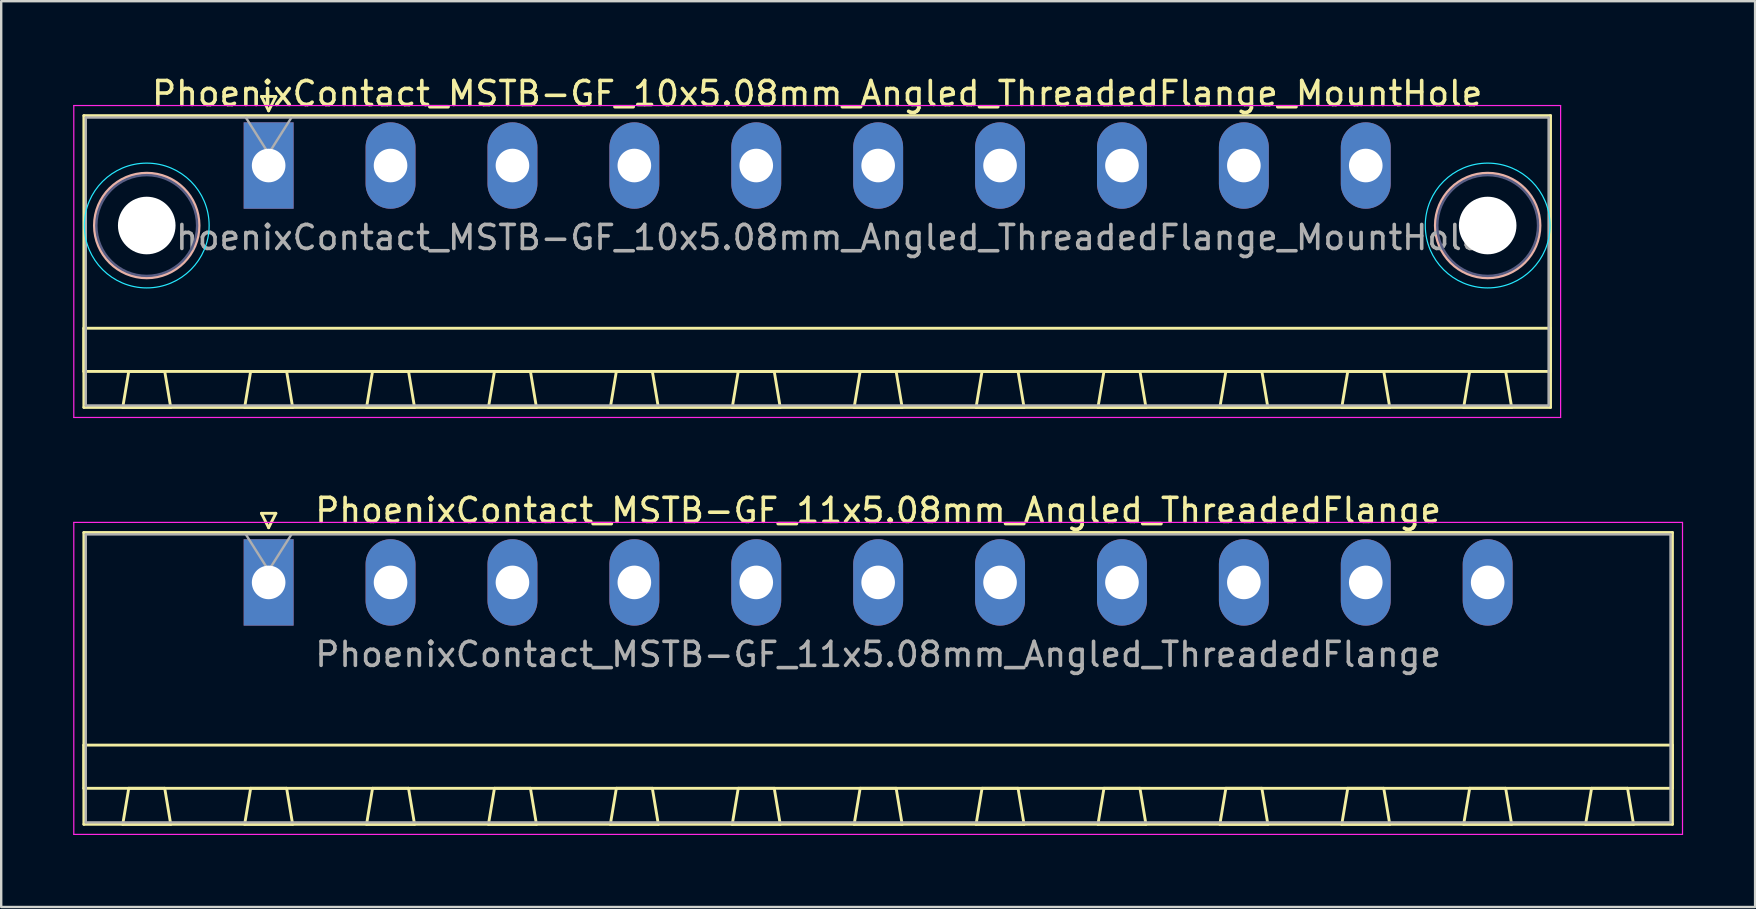
<source format=kicad_pcb>
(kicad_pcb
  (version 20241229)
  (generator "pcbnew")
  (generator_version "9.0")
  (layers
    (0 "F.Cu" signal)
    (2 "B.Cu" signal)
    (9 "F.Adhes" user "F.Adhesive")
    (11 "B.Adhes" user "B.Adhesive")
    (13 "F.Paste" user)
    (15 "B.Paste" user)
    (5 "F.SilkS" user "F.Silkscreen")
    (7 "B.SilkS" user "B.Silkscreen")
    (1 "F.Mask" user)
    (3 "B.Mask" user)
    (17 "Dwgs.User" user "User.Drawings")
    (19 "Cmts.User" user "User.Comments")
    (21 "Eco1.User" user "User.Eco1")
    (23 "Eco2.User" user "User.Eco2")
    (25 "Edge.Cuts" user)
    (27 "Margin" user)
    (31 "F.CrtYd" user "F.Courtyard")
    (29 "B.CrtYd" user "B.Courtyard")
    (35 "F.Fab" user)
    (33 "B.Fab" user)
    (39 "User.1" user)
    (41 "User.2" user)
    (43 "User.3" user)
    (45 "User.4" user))
  (footprint "PhoenixContact_MSTB-GF_10x5.08mm_Angled_ThreadedFlange_MountHole"
    (layer "F.Cu")
    (at 8.145 3.848)
    (property "Reference" "PhoenixContact_MSTB-GF_10x5.08mm_Angled_ThreadedFlange_MountHole" (at 22.86 -3 0) (layer "F.SilkS") (effects (font (size 1 1) (thickness 0.15))))
    (attr through_hole)
    (fp_line (start -7.7 -2.08) (end -7.7 10.08) (stroke (width 0.12) (type solid)) (layer "F.SilkS"))
    (fp_line (start -7.7 6.78) (end 53.42 6.78) (stroke (width 0.12) (type solid)) (layer "F.SilkS"))
    (fp_line (start -7.7 8.58) (end -7.7 6.78) (stroke (width 0.12) (type solid)) (layer "F.SilkS"))
    (fp_line (start -7.7 10.08) (end 53.42 10.08) (stroke (width 0.12) (type solid)) (layer "F.SilkS"))
    (fp_line (start -6.08 10.08) (end -4.08 10.08) (stroke (width 0.12) (type solid)) (layer "F.SilkS"))
    (fp_line (start -5.83 8.58) (end -6.08 10.08) (stroke (width 0.12) (type solid)) (layer "F.SilkS"))
    (fp_line (start -4.33 8.58) (end -5.83 8.58) (stroke (width 0.12) (type solid)) (layer "F.SilkS"))
    (fp_line (start -4.08 10.08) (end -4.33 8.58) (stroke (width 0.12) (type solid)) (layer "F.SilkS"))
    (fp_line (start -1 10.08) (end 1 10.08) (stroke (width 0.12) (type solid)) (layer "F.SilkS"))
    (fp_line (start -0.75 8.58) (end -1 10.08) (stroke (width 0.12) (type solid)) (layer "F.SilkS"))
    (fp_line (start -0.3 -2.88) (end 0.3 -2.88) (stroke (width 0.12) (type solid)) (layer "F.SilkS"))
    (fp_line (start 0 -2.28) (end -0.3 -2.88) (stroke (width 0.12) (type solid)) (layer "F.SilkS"))
    (fp_line (start 0.3 -2.88) (end 0 -2.28) (stroke (width 0.12) (type solid)) (layer "F.SilkS"))
    (fp_line (start 0.75 8.58) (end -0.75 8.58) (stroke (width 0.12) (type solid)) (layer "F.SilkS"))
    (fp_line (start 1 10.08) (end 0.75 8.58) (stroke (width 0.12) (type solid)) (layer "F.SilkS"))
    (fp_line (start 4.08 10.08) (end 6.08 10.08) (stroke (width 0.12) (type solid)) (layer "F.SilkS"))
    (fp_line (start 4.33 8.58) (end 4.08 10.08) (stroke (width 0.12) (type solid)) (layer "F.SilkS"))
    (fp_line (start 5.83 8.58) (end 4.33 8.58) (stroke (width 0.12) (type solid)) (layer "F.SilkS"))
    (fp_line (start 6.08 10.08) (end 5.83 8.58) (stroke (width 0.12) (type solid)) (layer "F.SilkS"))
    (fp_line (start 9.16 10.08) (end 11.16 10.08) (stroke (width 0.12) (type solid)) (layer "F.SilkS"))
    (fp_line (start 9.41 8.58) (end 9.16 10.08) (stroke (width 0.12) (type solid)) (layer "F.SilkS"))
    (fp_line (start 10.91 8.58) (end 9.41 8.58) (stroke (width 0.12) (type solid)) (layer "F.SilkS"))
    (fp_line (start 11.16 10.08) (end 10.91 8.58) (stroke (width 0.12) (type solid)) (layer "F.SilkS"))
    (fp_line (start 14.24 10.08) (end 16.24 10.08) (stroke (width 0.12) (type solid)) (layer "F.SilkS"))
    (fp_line (start 14.49 8.58) (end 14.24 10.08) (stroke (width 0.12) (type solid)) (layer "F.SilkS"))
    (fp_line (start 15.99 8.58) (end 14.49 8.58) (stroke (width 0.12) (type solid)) (layer "F.SilkS"))
    (fp_line (start 16.24 10.08) (end 15.99 8.58) (stroke (width 0.12) (type solid)) (layer "F.SilkS"))
    (fp_line (start 19.32 10.08) (end 21.32 10.08) (stroke (width 0.12) (type solid)) (layer "F.SilkS"))
    (fp_line (start 19.57 8.58) (end 19.32 10.08) (stroke (width 0.12) (type solid)) (layer "F.SilkS"))
    (fp_line (start 21.07 8.58) (end 19.57 8.58) (stroke (width 0.12) (type solid)) (layer "F.SilkS"))
    (fp_line (start 21.32 10.08) (end 21.07 8.58) (stroke (width 0.12) (type solid)) (layer "F.SilkS"))
    (fp_line (start 24.4 10.08) (end 26.4 10.08) (stroke (width 0.12) (type solid)) (layer "F.SilkS"))
    (fp_line (start 24.65 8.58) (end 24.4 10.08) (stroke (width 0.12) (type solid)) (layer "F.SilkS"))
    (fp_line (start 26.15 8.58) (end 24.65 8.58) (stroke (width 0.12) (type solid)) (layer "F.SilkS"))
    (fp_line (start 26.4 10.08) (end 26.15 8.58) (stroke (width 0.12) (type solid)) (layer "F.SilkS"))
    (fp_line (start 29.48 10.08) (end 31.48 10.08) (stroke (width 0.12) (type solid)) (layer "F.SilkS"))
    (fp_line (start 29.73 8.58) (end 29.48 10.08) (stroke (width 0.12) (type solid)) (layer "F.SilkS"))
    (fp_line (start 31.23 8.58) (end 29.73 8.58) (stroke (width 0.12) (type solid)) (layer "F.SilkS"))
    (fp_line (start 31.48 10.08) (end 31.23 8.58) (stroke (width 0.12) (type solid)) (layer "F.SilkS"))
    (fp_line (start 34.56 10.08) (end 36.56 10.08) (stroke (width 0.12) (type solid)) (layer "F.SilkS"))
    (fp_line (start 34.81 8.58) (end 34.56 10.08) (stroke (width 0.12) (type solid)) (layer "F.SilkS"))
    (fp_line (start 36.31 8.58) (end 34.81 8.58) (stroke (width 0.12) (type solid)) (layer "F.SilkS"))
    (fp_line (start 36.56 10.08) (end 36.31 8.58) (stroke (width 0.12) (type solid)) (layer "F.SilkS"))
    (fp_line (start 39.64 10.08) (end 41.64 10.08) (stroke (width 0.12) (type solid)) (layer "F.SilkS"))
    (fp_line (start 39.89 8.58) (end 39.64 10.08) (stroke (width 0.12) (type solid)) (layer "F.SilkS"))
    (fp_line (start 41.39 8.58) (end 39.89 8.58) (stroke (width 0.12) (type solid)) (layer "F.SilkS"))
    (fp_line (start 41.64 10.08) (end 41.39 8.58) (stroke (width 0.12) (type solid)) (layer "F.SilkS"))
    (fp_line (start 44.72 10.08) (end 46.72 10.08) (stroke (width 0.12) (type solid)) (layer "F.SilkS"))
    (fp_line (start 44.97 8.58) (end 44.72 10.08) (stroke (width 0.12) (type solid)) (layer "F.SilkS"))
    (fp_line (start 46.47 8.58) (end 44.97 8.58) (stroke (width 0.12) (type solid)) (layer "F.SilkS"))
    (fp_line (start 46.72 10.08) (end 46.47 8.58) (stroke (width 0.12) (type solid)) (layer "F.SilkS"))
    (fp_line (start 49.8 10.08) (end 51.8 10.08) (stroke (width 0.12) (type solid)) (layer "F.SilkS"))
    (fp_line (start 50.05 8.58) (end 49.8 10.08) (stroke (width 0.12) (type solid)) (layer "F.SilkS"))
    (fp_line (start 51.55 8.58) (end 50.05 8.58) (stroke (width 0.12) (type solid)) (layer "F.SilkS"))
    (fp_line (start 51.8 10.08) (end 51.55 8.58) (stroke (width 0.12) (type solid)) (layer "F.SilkS"))
    (fp_line (start 53.42 -2.08) (end -7.7 -2.08) (stroke (width 0.12) (type solid)) (layer "F.SilkS"))
    (fp_line (start 53.42 6.78) (end 53.42 8.58) (stroke (width 0.12) (type solid)) (layer "F.SilkS"))
    (fp_line (start 53.42 8.58) (end -7.7 8.58) (stroke (width 0.12) (type solid)) (layer "F.SilkS"))
    (fp_line (start 53.42 10.08) (end 53.42 -2.08) (stroke (width 0.12) (type solid)) (layer "F.SilkS"))
    (fp_circle (center -5.08 2.5) (end -2.9 2.5) (stroke (width 0.12) (type solid)) (fill no) (layer "B.SilkS"))
    (fp_circle (center 50.8 2.5) (end 52.98 2.5) (stroke (width 0.12) (type solid)) (fill no) (layer "B.SilkS"))
    (fp_circle (center -5.08 2.5) (end -2.48 2.5) (stroke (width 0.05) (type solid)) (fill no) (layer "B.CrtYd"))
    (fp_circle (center 50.8 2.5) (end 53.4 2.5) (stroke (width 0.05) (type solid)) (fill no) (layer "B.CrtYd"))
    (fp_line (start -8.12 -2.5) (end -8.12 10.5) (stroke (width 0.05) (type solid)) (layer "F.CrtYd"))
    (fp_line (start -8.12 10.5) (end 53.84 10.5) (stroke (width 0.05) (type solid)) (layer "F.CrtYd"))
    (fp_line (start 53.84 -2.5) (end -8.12 -2.5) (stroke (width 0.05) (type solid)) (layer "F.CrtYd"))
    (fp_line (start 53.84 10.5) (end 53.84 -2.5) (stroke (width 0.05) (type solid)) (layer "F.CrtYd"))
    (fp_circle (center -5.08 2.5) (end -2.98 2.5) (stroke (width 0.1) (type solid)) (fill no) (layer "B.Fab"))
    (fp_circle (center 50.8 2.5) (end 52.9 2.5) (stroke (width 0.1) (type solid)) (fill no) (layer "B.Fab"))
    (fp_line (start -7.62 -2) (end -7.62 10) (stroke (width 0.1) (type solid)) (layer "F.Fab"))
    (fp_line (start -7.62 10) (end 53.34 10) (stroke (width 0.1) (type solid)) (layer "F.Fab"))
    (fp_line (start 0 -0.5) (end -0.95 -2) (stroke (width 0.1) (type solid)) (layer "F.Fab"))
    (fp_line (start 0.95 -2) (end 0 -0.5) (stroke (width 0.1) (type solid)) (layer "F.Fab"))
    (fp_line (start 53.34 -2) (end -7.62 -2) (stroke (width 0.1) (type solid)) (layer "F.Fab"))
    (fp_line (start 53.34 10) (end 53.34 -2) (stroke (width 0.1) (type solid)) (layer "F.Fab"))
    (fp_text user "${REFERENCE}" (at 22.86 3 0) (layer "F.Fab") (effects (font (size 1 1) (thickness 0.15))))
    (pad "" np_thru_hole circle (at -5.08 2.5) (size 2.4 2.4) (drill 2.4) (layers "*.Cu" "*.Mask"))
    (pad "" np_thru_hole circle (at 50.8 2.5) (size 2.4 2.4) (drill 2.4) (layers "*.Cu" "*.Mask"))
    (pad "1" thru_hole rect (at 0 0) (size 2.08 3.6) (drill 1.4) (layers "*.Cu" "*.Mask"))
    (pad "2" thru_hole oval (at 5.08 0) (size 2.08 3.6) (drill 1.4) (layers "*.Cu" "*.Mask"))
    (pad "3" thru_hole oval (at 10.16 0) (size 2.08 3.6) (drill 1.4) (layers "*.Cu" "*.Mask"))
    (pad "4" thru_hole oval (at 15.24 0) (size 2.08 3.6) (drill 1.4) (layers "*.Cu" "*.Mask"))
    (pad "5" thru_hole oval (at 20.32 0) (size 2.08 3.6) (drill 1.4) (layers "*.Cu" "*.Mask"))
    (pad "6" thru_hole oval (at 25.4 0) (size 2.08 3.6) (drill 1.4) (layers "*.Cu" "*.Mask"))
    (pad "7" thru_hole oval (at 30.48 0) (size 2.08 3.6) (drill 1.4) (layers "*.Cu" "*.Mask"))
    (pad "8" thru_hole oval (at 35.56 0) (size 2.08 3.6) (drill 1.4) (layers "*.Cu" "*.Mask"))
    (pad "9" thru_hole oval (at 40.64 0) (size 2.08 3.6) (drill 1.4) (layers "*.Cu" "*.Mask"))
    (pad "10" thru_hole oval (at 45.72 0) (size 2.08 3.6) (drill 1.4) (layers "*.Cu" "*.Mask")))
  (footprint "PhoenixContact_MSTB-GF_11x5.08mm_Angled_ThreadedFlange"
    (layer "F.Cu")
    (at 8.145 21.221)
    (property "Reference" "PhoenixContact_MSTB-GF_11x5.08mm_Angled_ThreadedFlange" (at 25.4 -3 0) (layer "F.SilkS") (effects (font (size 1 1) (thickness 0.15))))
    (attr through_hole)
    (fp_line (start -7.7 -2.08) (end -7.7 10.08) (stroke (width 0.12) (type solid)) (layer "F.SilkS"))
    (fp_line (start -7.7 6.78) (end 58.5 6.78) (stroke (width 0.12) (type solid)) (layer "F.SilkS"))
    (fp_line (start -7.7 8.58) (end -7.7 6.78) (stroke (width 0.12) (type solid)) (layer "F.SilkS"))
    (fp_line (start -7.7 10.08) (end 58.5 10.08) (stroke (width 0.12) (type solid)) (layer "F.SilkS"))
    (fp_line (start -6.08 10.08) (end -4.08 10.08) (stroke (width 0.12) (type solid)) (layer "F.SilkS"))
    (fp_line (start -5.83 8.58) (end -6.08 10.08) (stroke (width 0.12) (type solid)) (layer "F.SilkS"))
    (fp_line (start -4.33 8.58) (end -5.83 8.58) (stroke (width 0.12) (type solid)) (layer "F.SilkS"))
    (fp_line (start -4.08 10.08) (end -4.33 8.58) (stroke (width 0.12) (type solid)) (layer "F.SilkS"))
    (fp_line (start -1 10.08) (end 1 10.08) (stroke (width 0.12) (type solid)) (layer "F.SilkS"))
    (fp_line (start -0.75 8.58) (end -1 10.08) (stroke (width 0.12) (type solid)) (layer "F.SilkS"))
    (fp_line (start -0.3 -2.88) (end 0.3 -2.88) (stroke (width 0.12) (type solid)) (layer "F.SilkS"))
    (fp_line (start 0 -2.28) (end -0.3 -2.88) (stroke (width 0.12) (type solid)) (layer "F.SilkS"))
    (fp_line (start 0.3 -2.88) (end 0 -2.28) (stroke (width 0.12) (type solid)) (layer "F.SilkS"))
    (fp_line (start 0.75 8.58) (end -0.75 8.58) (stroke (width 0.12) (type solid)) (layer "F.SilkS"))
    (fp_line (start 1 10.08) (end 0.75 8.58) (stroke (width 0.12) (type solid)) (layer "F.SilkS"))
    (fp_line (start 4.08 10.08) (end 6.08 10.08) (stroke (width 0.12) (type solid)) (layer "F.SilkS"))
    (fp_line (start 4.33 8.58) (end 4.08 10.08) (stroke (width 0.12) (type solid)) (layer "F.SilkS"))
    (fp_line (start 5.83 8.58) (end 4.33 8.58) (stroke (width 0.12) (type solid)) (layer "F.SilkS"))
    (fp_line (start 6.08 10.08) (end 5.83 8.58) (stroke (width 0.12) (type solid)) (layer "F.SilkS"))
    (fp_line (start 9.16 10.08) (end 11.16 10.08) (stroke (width 0.12) (type solid)) (layer "F.SilkS"))
    (fp_line (start 9.41 8.58) (end 9.16 10.08) (stroke (width 0.12) (type solid)) (layer "F.SilkS"))
    (fp_line (start 10.91 8.58) (end 9.41 8.58) (stroke (width 0.12) (type solid)) (layer "F.SilkS"))
    (fp_line (start 11.16 10.08) (end 10.91 8.58) (stroke (width 0.12) (type solid)) (layer "F.SilkS"))
    (fp_line (start 14.24 10.08) (end 16.24 10.08) (stroke (width 0.12) (type solid)) (layer "F.SilkS"))
    (fp_line (start 14.49 8.58) (end 14.24 10.08) (stroke (width 0.12) (type solid)) (layer "F.SilkS"))
    (fp_line (start 15.99 8.58) (end 14.49 8.58) (stroke (width 0.12) (type solid)) (layer "F.SilkS"))
    (fp_line (start 16.24 10.08) (end 15.99 8.58) (stroke (width 0.12) (type solid)) (layer "F.SilkS"))
    (fp_line (start 19.32 10.08) (end 21.32 10.08) (stroke (width 0.12) (type solid)) (layer "F.SilkS"))
    (fp_line (start 19.57 8.58) (end 19.32 10.08) (stroke (width 0.12) (type solid)) (layer "F.SilkS"))
    (fp_line (start 21.07 8.58) (end 19.57 8.58) (stroke (width 0.12) (type solid)) (layer "F.SilkS"))
    (fp_line (start 21.32 10.08) (end 21.07 8.58) (stroke (width 0.12) (type solid)) (layer "F.SilkS"))
    (fp_line (start 24.4 10.08) (end 26.4 10.08) (stroke (width 0.12) (type solid)) (layer "F.SilkS"))
    (fp_line (start 24.65 8.58) (end 24.4 10.08) (stroke (width 0.12) (type solid)) (layer "F.SilkS"))
    (fp_line (start 26.15 8.58) (end 24.65 8.58) (stroke (width 0.12) (type solid)) (layer "F.SilkS"))
    (fp_line (start 26.4 10.08) (end 26.15 8.58) (stroke (width 0.12) (type solid)) (layer "F.SilkS"))
    (fp_line (start 29.48 10.08) (end 31.48 10.08) (stroke (width 0.12) (type solid)) (layer "F.SilkS"))
    (fp_line (start 29.73 8.58) (end 29.48 10.08) (stroke (width 0.12) (type solid)) (layer "F.SilkS"))
    (fp_line (start 31.23 8.58) (end 29.73 8.58) (stroke (width 0.12) (type solid)) (layer "F.SilkS"))
    (fp_line (start 31.48 10.08) (end 31.23 8.58) (stroke (width 0.12) (type solid)) (layer "F.SilkS"))
    (fp_line (start 34.56 10.08) (end 36.56 10.08) (stroke (width 0.12) (type solid)) (layer "F.SilkS"))
    (fp_line (start 34.81 8.58) (end 34.56 10.08) (stroke (width 0.12) (type solid)) (layer "F.SilkS"))
    (fp_line (start 36.31 8.58) (end 34.81 8.58) (stroke (width 0.12) (type solid)) (layer "F.SilkS"))
    (fp_line (start 36.56 10.08) (end 36.31 8.58) (stroke (width 0.12) (type solid)) (layer "F.SilkS"))
    (fp_line (start 39.64 10.08) (end 41.64 10.08) (stroke (width 0.12) (type solid)) (layer "F.SilkS"))
    (fp_line (start 39.89 8.58) (end 39.64 10.08) (stroke (width 0.12) (type solid)) (layer "F.SilkS"))
    (fp_line (start 41.39 8.58) (end 39.89 8.58) (stroke (width 0.12) (type solid)) (layer "F.SilkS"))
    (fp_line (start 41.64 10.08) (end 41.39 8.58) (stroke (width 0.12) (type solid)) (layer "F.SilkS"))
    (fp_line (start 44.72 10.08) (end 46.72 10.08) (stroke (width 0.12) (type solid)) (layer "F.SilkS"))
    (fp_line (start 44.97 8.58) (end 44.72 10.08) (stroke (width 0.12) (type solid)) (layer "F.SilkS"))
    (fp_line (start 46.47 8.58) (end 44.97 8.58) (stroke (width 0.12) (type solid)) (layer "F.SilkS"))
    (fp_line (start 46.72 10.08) (end 46.47 8.58) (stroke (width 0.12) (type solid)) (layer "F.SilkS"))
    (fp_line (start 49.8 10.08) (end 51.8 10.08) (stroke (width 0.12) (type solid)) (layer "F.SilkS"))
    (fp_line (start 50.05 8.58) (end 49.8 10.08) (stroke (width 0.12) (type solid)) (layer "F.SilkS"))
    (fp_line (start 51.55 8.58) (end 50.05 8.58) (stroke (width 0.12) (type solid)) (layer "F.SilkS"))
    (fp_line (start 51.8 10.08) (end 51.55 8.58) (stroke (width 0.12) (type solid)) (layer "F.SilkS"))
    (fp_line (start 54.88 10.08) (end 56.88 10.08) (stroke (width 0.12) (type solid)) (layer "F.SilkS"))
    (fp_line (start 55.13 8.58) (end 54.88 10.08) (stroke (width 0.12) (type solid)) (layer "F.SilkS"))
    (fp_line (start 56.63 8.58) (end 55.13 8.58) (stroke (width 0.12) (type solid)) (layer "F.SilkS"))
    (fp_line (start 56.88 10.08) (end 56.63 8.58) (stroke (width 0.12) (type solid)) (layer "F.SilkS"))
    (fp_line (start 58.5 -2.08) (end -7.7 -2.08) (stroke (width 0.12) (type solid)) (layer "F.SilkS"))
    (fp_line (start 58.5 6.78) (end 58.5 8.58) (stroke (width 0.12) (type solid)) (layer "F.SilkS"))
    (fp_line (start 58.5 8.58) (end -7.7 8.58) (stroke (width 0.12) (type solid)) (layer "F.SilkS"))
    (fp_line (start 58.5 10.08) (end 58.5 -2.08) (stroke (width 0.12) (type solid)) (layer "F.SilkS"))
    (fp_line (start -8.12 -2.5) (end -8.12 10.5) (stroke (width 0.05) (type solid)) (layer "F.CrtYd"))
    (fp_line (start -8.12 10.5) (end 58.92 10.5) (stroke (width 0.05) (type solid)) (layer "F.CrtYd"))
    (fp_line (start 58.92 -2.5) (end -8.12 -2.5) (stroke (width 0.05) (type solid)) (layer "F.CrtYd"))
    (fp_line (start 58.92 10.5) (end 58.92 -2.5) (stroke (width 0.05) (type solid)) (layer "F.CrtYd"))
    (fp_line (start -7.62 -2) (end -7.62 10) (stroke (width 0.1) (type solid)) (layer "F.Fab"))
    (fp_line (start -7.62 10) (end 58.42 10) (stroke (width 0.1) (type solid)) (layer "F.Fab"))
    (fp_line (start 0 -0.5) (end -0.95 -2) (stroke (width 0.1) (type solid)) (layer "F.Fab"))
    (fp_line (start 0.95 -2) (end 0 -0.5) (stroke (width 0.1) (type solid)) (layer "F.Fab"))
    (fp_line (start 58.42 -2) (end -7.62 -2) (stroke (width 0.1) (type solid)) (layer "F.Fab"))
    (fp_line (start 58.42 10) (end 58.42 -2) (stroke (width 0.1) (type solid)) (layer "F.Fab"))
    (fp_text user "${REFERENCE}" (at 25.4 3 0) (layer "F.Fab") (effects (font (size 1 1) (thickness 0.15))))
    (pad "1" thru_hole rect (at 0 0) (size 2.08 3.6) (drill 1.4) (layers "*.Cu" "*.Mask"))
    (pad "2" thru_hole oval (at 5.08 0) (size 2.08 3.6) (drill 1.4) (layers "*.Cu" "*.Mask"))
    (pad "3" thru_hole oval (at 10.16 0) (size 2.08 3.6) (drill 1.4) (layers "*.Cu" "*.Mask"))
    (pad "4" thru_hole oval (at 15.24 0) (size 2.08 3.6) (drill 1.4) (layers "*.Cu" "*.Mask"))
    (pad "5" thru_hole oval (at 20.32 0) (size 2.08 3.6) (drill 1.4) (layers "*.Cu" "*.Mask"))
    (pad "6" thru_hole oval (at 25.4 0) (size 2.08 3.6) (drill 1.4) (layers "*.Cu" "*.Mask"))
    (pad "7" thru_hole oval (at 30.48 0) (size 2.08 3.6) (drill 1.4) (layers "*.Cu" "*.Mask"))
    (pad "8" thru_hole oval (at 35.56 0) (size 2.08 3.6) (drill 1.4) (layers "*.Cu" "*.Mask"))
    (pad "9" thru_hole oval (at 40.64 0) (size 2.08 3.6) (drill 1.4) (layers "*.Cu" "*.Mask"))
    (pad "10" thru_hole oval (at 45.72 0) (size 2.08 3.6) (drill 1.4) (layers "*.Cu" "*.Mask"))
    (pad "11" thru_hole oval (at 50.8 0) (size 2.08 3.6) (drill 1.4) (layers "*.Cu" "*.Mask")))
  (gr_rect
    (start -3 -3)
    (end 70.09 34.746)
    (stroke (width 0.1) (type default))
    (fill no)
    (layer "Edge.Cuts")))
</source>
